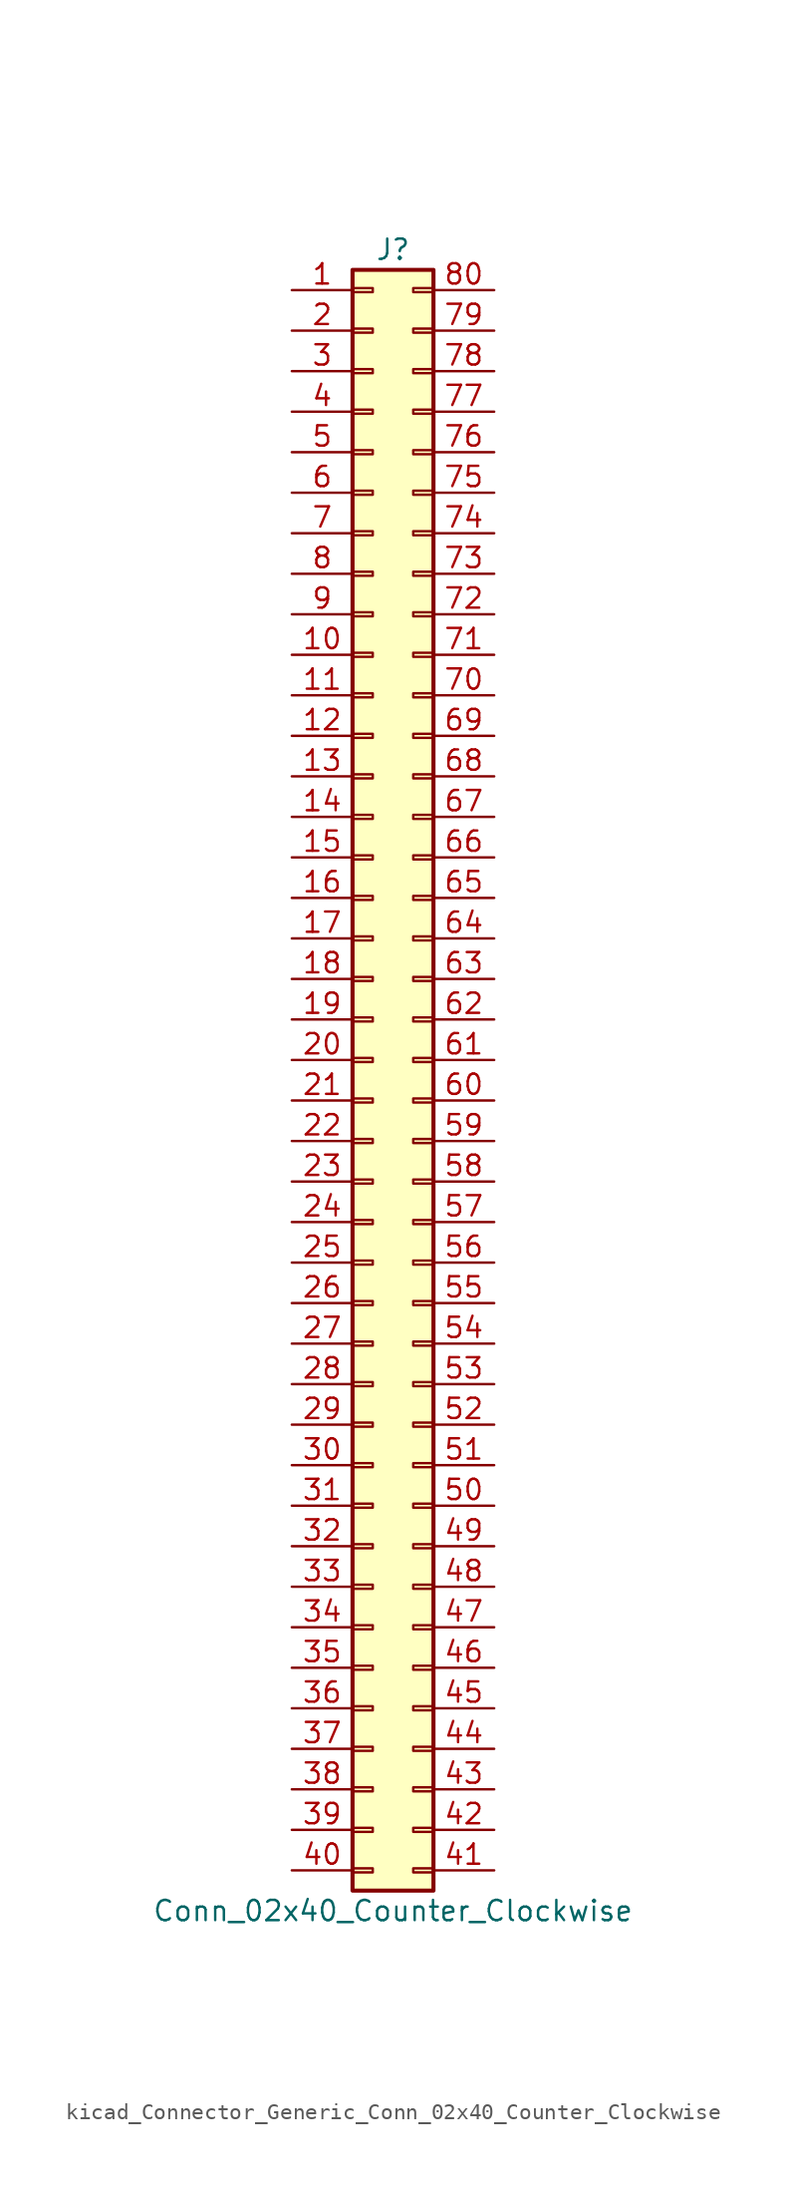
<source format=kicad_sym>
(kicad_symbol_lib
  (version 20220914)
  (generator kicad_symbol_editor)
  (symbol "kicad_Connector_Generic_Conn_02x40_Counter_Clockwise"
    (pin_names
      (offset 1.016) hide)
    (property "Reference" "J"
      (at 1.27 50.8 0)
      (effects (font (size 1.27 1.27))))
    (property "Value" "Conn_02x40_Counter_Clockwise"
      (at 1.27 -53.34 0)
      (effects (font (size 1.27 1.27))))
    (symbol "kicad_Connector_Generic_Conn_02x40_Counter_Clockwise_1_1"
      (rectangle (start -1.27 -50.673) (end 0 -50.927) (stroke (width 0.152) (type default)) (fill (type none)))
      (rectangle (start -1.27 -48.133) (end 0 -48.387) (stroke (width 0.152) (type default)) (fill (type none)))
      (rectangle (start -1.27 -45.593) (end 0 -45.847) (stroke (width 0.152) (type default)) (fill (type none)))
      (rectangle (start -1.27 -43.053) (end 0 -43.307) (stroke (width 0.152) (type default)) (fill (type none)))
      (rectangle (start -1.27 -40.513) (end 0 -40.767) (stroke (width 0.152) (type default)) (fill (type none)))
      (rectangle (start -1.27 -37.973) (end 0 -38.227) (stroke (width 0.152) (type default)) (fill (type none)))
      (rectangle (start -1.27 -35.433) (end 0 -35.687) (stroke (width 0.152) (type default)) (fill (type none)))
      (rectangle (start -1.27 -32.893) (end 0 -33.147) (stroke (width 0.152) (type default)) (fill (type none)))
      (rectangle (start -1.27 -30.353) (end 0 -30.607) (stroke (width 0.152) (type default)) (fill (type none)))
      (rectangle (start -1.27 -27.813) (end 0 -28.067) (stroke (width 0.152) (type default)) (fill (type none)))
      (rectangle (start -1.27 -25.273) (end 0 -25.527) (stroke (width 0.152) (type default)) (fill (type none)))
      (rectangle (start -1.27 -22.733) (end 0 -22.987) (stroke (width 0.152) (type default)) (fill (type none)))
      (rectangle (start -1.27 -20.193) (end 0 -20.447) (stroke (width 0.152) (type default)) (fill (type none)))
      (rectangle (start -1.27 -17.653) (end 0 -17.907) (stroke (width 0.152) (type default)) (fill (type none)))
      (rectangle (start -1.27 -15.113) (end 0 -15.367) (stroke (width 0.152) (type default)) (fill (type none)))
      (rectangle (start -1.27 -12.573) (end 0 -12.827) (stroke (width 0.152) (type default)) (fill (type none)))
      (rectangle (start -1.27 -10.033) (end 0 -10.287) (stroke (width 0.152) (type default)) (fill (type none)))
      (rectangle (start -1.27 -7.493) (end 0 -7.747) (stroke (width 0.152) (type default)) (fill (type none)))
      (rectangle (start -1.27 -4.953) (end 0 -5.207) (stroke (width 0.152) (type default)) (fill (type none)))
      (rectangle (start -1.27 -2.413) (end 0 -2.667) (stroke (width 0.152) (type default)) (fill (type none)))
      (rectangle (start -1.27 0.127) (end 0 -0.127) (stroke (width 0.152) (type default)) (fill (type none)))
      (rectangle (start -1.27 2.667) (end 0 2.413) (stroke (width 0.152) (type default)) (fill (type none)))
      (rectangle (start -1.27 5.207) (end 0 4.953) (stroke (width 0.152) (type default)) (fill (type none)))
      (rectangle (start -1.27 7.747) (end 0 7.493) (stroke (width 0.152) (type default)) (fill (type none)))
      (rectangle (start -1.27 10.287) (end 0 10.033) (stroke (width 0.152) (type default)) (fill (type none)))
      (rectangle (start -1.27 12.827) (end 0 12.573) (stroke (width 0.152) (type default)) (fill (type none)))
      (rectangle (start -1.27 15.367) (end 0 15.113) (stroke (width 0.152) (type default)) (fill (type none)))
      (rectangle (start -1.27 17.907) (end 0 17.653) (stroke (width 0.152) (type default)) (fill (type none)))
      (rectangle (start -1.27 20.447) (end 0 20.193) (stroke (width 0.152) (type default)) (fill (type none)))
      (rectangle (start -1.27 22.987) (end 0 22.733) (stroke (width 0.152) (type default)) (fill (type none)))
      (rectangle (start -1.27 25.527) (end 0 25.273) (stroke (width 0.152) (type default)) (fill (type none)))
      (rectangle (start -1.27 28.067) (end 0 27.813) (stroke (width 0.152) (type default)) (fill (type none)))
      (rectangle (start -1.27 30.607) (end 0 30.353) (stroke (width 0.152) (type default)) (fill (type none)))
      (rectangle (start -1.27 33.147) (end 0 32.893) (stroke (width 0.152) (type default)) (fill (type none)))
      (rectangle (start -1.27 35.687) (end 0 35.433) (stroke (width 0.152) (type default)) (fill (type none)))
      (rectangle (start -1.27 38.227) (end 0 37.973) (stroke (width 0.152) (type default)) (fill (type none)))
      (rectangle (start -1.27 40.767) (end 0 40.513) (stroke (width 0.152) (type default)) (fill (type none)))
      (rectangle (start -1.27 43.307) (end 0 43.053) (stroke (width 0.152) (type default)) (fill (type none)))
      (rectangle (start -1.27 45.847) (end 0 45.593) (stroke (width 0.152) (type default)) (fill (type none)))
      (rectangle (start -1.27 48.387) (end 0 48.133) (stroke (width 0.152) (type default)) (fill (type none)))
      (rectangle (start -1.27 49.53) (end 3.81 -52.07) (stroke (width 0.254) (type default)) (fill (type background)))
      (rectangle (start 3.81 -50.673) (end 2.54 -50.927) (stroke (width 0.152) (type default)) (fill (type none)))
      (rectangle (start 3.81 -48.133) (end 2.54 -48.387) (stroke (width 0.152) (type default)) (fill (type none)))
      (rectangle (start 3.81 -45.593) (end 2.54 -45.847) (stroke (width 0.152) (type default)) (fill (type none)))
      (rectangle (start 3.81 -43.053) (end 2.54 -43.307) (stroke (width 0.152) (type default)) (fill (type none)))
      (rectangle (start 3.81 -40.513) (end 2.54 -40.767) (stroke (width 0.152) (type default)) (fill (type none)))
      (rectangle (start 3.81 -37.973) (end 2.54 -38.227) (stroke (width 0.152) (type default)) (fill (type none)))
      (rectangle (start 3.81 -35.433) (end 2.54 -35.687) (stroke (width 0.152) (type default)) (fill (type none)))
      (rectangle (start 3.81 -32.893) (end 2.54 -33.147) (stroke (width 0.152) (type default)) (fill (type none)))
      (rectangle (start 3.81 -30.353) (end 2.54 -30.607) (stroke (width 0.152) (type default)) (fill (type none)))
      (rectangle (start 3.81 -27.813) (end 2.54 -28.067) (stroke (width 0.152) (type default)) (fill (type none)))
      (rectangle (start 3.81 -25.273) (end 2.54 -25.527) (stroke (width 0.152) (type default)) (fill (type none)))
      (rectangle (start 3.81 -22.733) (end 2.54 -22.987) (stroke (width 0.152) (type default)) (fill (type none)))
      (rectangle (start 3.81 -20.193) (end 2.54 -20.447) (stroke (width 0.152) (type default)) (fill (type none)))
      (rectangle (start 3.81 -17.653) (end 2.54 -17.907) (stroke (width 0.152) (type default)) (fill (type none)))
      (rectangle (start 3.81 -15.113) (end 2.54 -15.367) (stroke (width 0.152) (type default)) (fill (type none)))
      (rectangle (start 3.81 -12.573) (end 2.54 -12.827) (stroke (width 0.152) (type default)) (fill (type none)))
      (rectangle (start 3.81 -10.033) (end 2.54 -10.287) (stroke (width 0.152) (type default)) (fill (type none)))
      (rectangle (start 3.81 -7.493) (end 2.54 -7.747) (stroke (width 0.152) (type default)) (fill (type none)))
      (rectangle (start 3.81 -4.953) (end 2.54 -5.207) (stroke (width 0.152) (type default)) (fill (type none)))
      (rectangle (start 3.81 -2.413) (end 2.54 -2.667) (stroke (width 0.152) (type default)) (fill (type none)))
      (rectangle (start 3.81 0.127) (end 2.54 -0.127) (stroke (width 0.152) (type default)) (fill (type none)))
      (rectangle (start 3.81 2.667) (end 2.54 2.413) (stroke (width 0.152) (type default)) (fill (type none)))
      (rectangle (start 3.81 5.207) (end 2.54 4.953) (stroke (width 0.152) (type default)) (fill (type none)))
      (rectangle (start 3.81 7.747) (end 2.54 7.493) (stroke (width 0.152) (type default)) (fill (type none)))
      (rectangle (start 3.81 10.287) (end 2.54 10.033) (stroke (width 0.152) (type default)) (fill (type none)))
      (rectangle (start 3.81 12.827) (end 2.54 12.573) (stroke (width 0.152) (type default)) (fill (type none)))
      (rectangle (start 3.81 15.367) (end 2.54 15.113) (stroke (width 0.152) (type default)) (fill (type none)))
      (rectangle (start 3.81 17.907) (end 2.54 17.653) (stroke (width 0.152) (type default)) (fill (type none)))
      (rectangle (start 3.81 20.447) (end 2.54 20.193) (stroke (width 0.152) (type default)) (fill (type none)))
      (rectangle (start 3.81 22.987) (end 2.54 22.733) (stroke (width 0.152) (type default)) (fill (type none)))
      (rectangle (start 3.81 25.527) (end 2.54 25.273) (stroke (width 0.152) (type default)) (fill (type none)))
      (rectangle (start 3.81 28.067) (end 2.54 27.813) (stroke (width 0.152) (type default)) (fill (type none)))
      (rectangle (start 3.81 30.607) (end 2.54 30.353) (stroke (width 0.152) (type default)) (fill (type none)))
      (rectangle (start 3.81 33.147) (end 2.54 32.893) (stroke (width 0.152) (type default)) (fill (type none)))
      (rectangle (start 3.81 35.687) (end 2.54 35.433) (stroke (width 0.152) (type default)) (fill (type none)))
      (rectangle (start 3.81 38.227) (end 2.54 37.973) (stroke (width 0.152) (type default)) (fill (type none)))
      (rectangle (start 3.81 40.767) (end 2.54 40.513) (stroke (width 0.152) (type default)) (fill (type none)))
      (rectangle (start 3.81 43.307) (end 2.54 43.053) (stroke (width 0.152) (type default)) (fill (type none)))
      (rectangle (start 3.81 45.847) (end 2.54 45.593) (stroke (width 0.152) (type default)) (fill (type none)))
      (rectangle (start 3.81 48.387) (end 2.54 48.133) (stroke (width 0.152) (type default)) (fill (type none)))
      (pin passive line (at -5.08 48.26 0) (length 3.81) (name "Pin_1" (effects (font (size 1.27 1.27)))) (number "1" (effects (font (size 1.27 1.27)))))
      (pin passive line (at -5.08 25.4 0) (length 3.81) (name "Pin_10" (effects (font (size 1.27 1.27)))) (number "10" (effects (font (size 1.27 1.27)))))
      (pin passive line (at -5.08 22.86 0) (length 3.81) (name "Pin_11" (effects (font (size 1.27 1.27)))) (number "11" (effects (font (size 1.27 1.27)))))
      (pin passive line (at -5.08 20.32 0) (length 3.81) (name "Pin_12" (effects (font (size 1.27 1.27)))) (number "12" (effects (font (size 1.27 1.27)))))
      (pin passive line (at -5.08 17.78 0) (length 3.81) (name "Pin_13" (effects (font (size 1.27 1.27)))) (number "13" (effects (font (size 1.27 1.27)))))
      (pin passive line (at -5.08 15.24 0) (length 3.81) (name "Pin_14" (effects (font (size 1.27 1.27)))) (number "14" (effects (font (size 1.27 1.27)))))
      (pin passive line (at -5.08 12.7 0) (length 3.81) (name "Pin_15" (effects (font (size 1.27 1.27)))) (number "15" (effects (font (size 1.27 1.27)))))
      (pin passive line (at -5.08 10.16 0) (length 3.81) (name "Pin_16" (effects (font (size 1.27 1.27)))) (number "16" (effects (font (size 1.27 1.27)))))
      (pin passive line (at -5.08 7.62 0) (length 3.81) (name "Pin_17" (effects (font (size 1.27 1.27)))) (number "17" (effects (font (size 1.27 1.27)))))
      (pin passive line (at -5.08 5.08 0) (length 3.81) (name "Pin_18" (effects (font (size 1.27 1.27)))) (number "18" (effects (font (size 1.27 1.27)))))
      (pin passive line (at -5.08 2.54 0) (length 3.81) (name "Pin_19" (effects (font (size 1.27 1.27)))) (number "19" (effects (font (size 1.27 1.27)))))
      (pin passive line (at -5.08 45.72 0) (length 3.81) (name "Pin_2" (effects (font (size 1.27 1.27)))) (number "2" (effects (font (size 1.27 1.27)))))
      (pin passive line (at -5.08 0 0) (length 3.81) (name "Pin_20" (effects (font (size 1.27 1.27)))) (number "20" (effects (font (size 1.27 1.27)))))
      (pin passive line (at -5.08 -2.54 0) (length 3.81) (name "Pin_21" (effects (font (size 1.27 1.27)))) (number "21" (effects (font (size 1.27 1.27)))))
      (pin passive line (at -5.08 -5.08 0) (length 3.81) (name "Pin_22" (effects (font (size 1.27 1.27)))) (number "22" (effects (font (size 1.27 1.27)))))
      (pin passive line (at -5.08 -7.62 0) (length 3.81) (name "Pin_23" (effects (font (size 1.27 1.27)))) (number "23" (effects (font (size 1.27 1.27)))))
      (pin passive line (at -5.08 -10.16 0) (length 3.81) (name "Pin_24" (effects (font (size 1.27 1.27)))) (number "24" (effects (font (size 1.27 1.27)))))
      (pin passive line (at -5.08 -12.7 0) (length 3.81) (name "Pin_25" (effects (font (size 1.27 1.27)))) (number "25" (effects (font (size 1.27 1.27)))))
      (pin passive line (at -5.08 -15.24 0) (length 3.81) (name "Pin_26" (effects (font (size 1.27 1.27)))) (number "26" (effects (font (size 1.27 1.27)))))
      (pin passive line (at -5.08 -17.78 0) (length 3.81) (name "Pin_27" (effects (font (size 1.27 1.27)))) (number "27" (effects (font (size 1.27 1.27)))))
      (pin passive line (at -5.08 -20.32 0) (length 3.81) (name "Pin_28" (effects (font (size 1.27 1.27)))) (number "28" (effects (font (size 1.27 1.27)))))
      (pin passive line (at -5.08 -22.86 0) (length 3.81) (name "Pin_29" (effects (font (size 1.27 1.27)))) (number "29" (effects (font (size 1.27 1.27)))))
      (pin passive line (at -5.08 43.18 0) (length 3.81) (name "Pin_3" (effects (font (size 1.27 1.27)))) (number "3" (effects (font (size 1.27 1.27)))))
      (pin passive line (at -5.08 -25.4 0) (length 3.81) (name "Pin_30" (effects (font (size 1.27 1.27)))) (number "30" (effects (font (size 1.27 1.27)))))
      (pin passive line (at -5.08 -27.94 0) (length 3.81) (name "Pin_31" (effects (font (size 1.27 1.27)))) (number "31" (effects (font (size 1.27 1.27)))))
      (pin passive line (at -5.08 -30.48 0) (length 3.81) (name "Pin_32" (effects (font (size 1.27 1.27)))) (number "32" (effects (font (size 1.27 1.27)))))
      (pin passive line (at -5.08 -33.02 0) (length 3.81) (name "Pin_33" (effects (font (size 1.27 1.27)))) (number "33" (effects (font (size 1.27 1.27)))))
      (pin passive line (at -5.08 -35.56 0) (length 3.81) (name "Pin_34" (effects (font (size 1.27 1.27)))) (number "34" (effects (font (size 1.27 1.27)))))
      (pin passive line (at -5.08 -38.1 0) (length 3.81) (name "Pin_35" (effects (font (size 1.27 1.27)))) (number "35" (effects (font (size 1.27 1.27)))))
      (pin passive line (at -5.08 -40.64 0) (length 3.81) (name "Pin_36" (effects (font (size 1.27 1.27)))) (number "36" (effects (font (size 1.27 1.27)))))
      (pin passive line (at -5.08 -43.18 0) (length 3.81) (name "Pin_37" (effects (font (size 1.27 1.27)))) (number "37" (effects (font (size 1.27 1.27)))))
      (pin passive line (at -5.08 -45.72 0) (length 3.81) (name "Pin_38" (effects (font (size 1.27 1.27)))) (number "38" (effects (font (size 1.27 1.27)))))
      (pin passive line (at -5.08 -48.26 0) (length 3.81) (name "Pin_39" (effects (font (size 1.27 1.27)))) (number "39" (effects (font (size 1.27 1.27)))))
      (pin passive line (at -5.08 40.64 0) (length 3.81) (name "Pin_4" (effects (font (size 1.27 1.27)))) (number "4" (effects (font (size 1.27 1.27)))))
      (pin passive line (at -5.08 -50.8 0) (length 3.81) (name "Pin_40" (effects (font (size 1.27 1.27)))) (number "40" (effects (font (size 1.27 1.27)))))
      (pin passive line (at 7.62 -50.8 180) (length 3.81) (name "Pin_41" (effects (font (size 1.27 1.27)))) (number "41" (effects (font (size 1.27 1.27)))))
      (pin passive line (at 7.62 -48.26 180) (length 3.81) (name "Pin_42" (effects (font (size 1.27 1.27)))) (number "42" (effects (font (size 1.27 1.27)))))
      (pin passive line (at 7.62 -45.72 180) (length 3.81) (name "Pin_43" (effects (font (size 1.27 1.27)))) (number "43" (effects (font (size 1.27 1.27)))))
      (pin passive line (at 7.62 -43.18 180) (length 3.81) (name "Pin_44" (effects (font (size 1.27 1.27)))) (number "44" (effects (font (size 1.27 1.27)))))
      (pin passive line (at 7.62 -40.64 180) (length 3.81) (name "Pin_45" (effects (font (size 1.27 1.27)))) (number "45" (effects (font (size 1.27 1.27)))))
      (pin passive line (at 7.62 -38.1 180) (length 3.81) (name "Pin_46" (effects (font (size 1.27 1.27)))) (number "46" (effects (font (size 1.27 1.27)))))
      (pin passive line (at 7.62 -35.56 180) (length 3.81) (name "Pin_47" (effects (font (size 1.27 1.27)))) (number "47" (effects (font (size 1.27 1.27)))))
      (pin passive line (at 7.62 -33.02 180) (length 3.81) (name "Pin_48" (effects (font (size 1.27 1.27)))) (number "48" (effects (font (size 1.27 1.27)))))
      (pin passive line (at 7.62 -30.48 180) (length 3.81) (name "Pin_49" (effects (font (size 1.27 1.27)))) (number "49" (effects (font (size 1.27 1.27)))))
      (pin passive line (at -5.08 38.1 0) (length 3.81) (name "Pin_5" (effects (font (size 1.27 1.27)))) (number "5" (effects (font (size 1.27 1.27)))))
      (pin passive line (at 7.62 -27.94 180) (length 3.81) (name "Pin_50" (effects (font (size 1.27 1.27)))) (number "50" (effects (font (size 1.27 1.27)))))
      (pin passive line (at 7.62 -25.4 180) (length 3.81) (name "Pin_51" (effects (font (size 1.27 1.27)))) (number "51" (effects (font (size 1.27 1.27)))))
      (pin passive line (at 7.62 -22.86 180) (length 3.81) (name "Pin_52" (effects (font (size 1.27 1.27)))) (number "52" (effects (font (size 1.27 1.27)))))
      (pin passive line (at 7.62 -20.32 180) (length 3.81) (name "Pin_53" (effects (font (size 1.27 1.27)))) (number "53" (effects (font (size 1.27 1.27)))))
      (pin passive line (at 7.62 -17.78 180) (length 3.81) (name "Pin_54" (effects (font (size 1.27 1.27)))) (number "54" (effects (font (size 1.27 1.27)))))
      (pin passive line (at 7.62 -15.24 180) (length 3.81) (name "Pin_55" (effects (font (size 1.27 1.27)))) (number "55" (effects (font (size 1.27 1.27)))))
      (pin passive line (at 7.62 -12.7 180) (length 3.81) (name "Pin_56" (effects (font (size 1.27 1.27)))) (number "56" (effects (font (size 1.27 1.27)))))
      (pin passive line (at 7.62 -10.16 180) (length 3.81) (name "Pin_57" (effects (font (size 1.27 1.27)))) (number "57" (effects (font (size 1.27 1.27)))))
      (pin passive line (at 7.62 -7.62 180) (length 3.81) (name "Pin_58" (effects (font (size 1.27 1.27)))) (number "58" (effects (font (size 1.27 1.27)))))
      (pin passive line (at 7.62 -5.08 180) (length 3.81) (name "Pin_59" (effects (font (size 1.27 1.27)))) (number "59" (effects (font (size 1.27 1.27)))))
      (pin passive line (at -5.08 35.56 0) (length 3.81) (name "Pin_6" (effects (font (size 1.27 1.27)))) (number "6" (effects (font (size 1.27 1.27)))))
      (pin passive line (at 7.62 -2.54 180) (length 3.81) (name "Pin_60" (effects (font (size 1.27 1.27)))) (number "60" (effects (font (size 1.27 1.27)))))
      (pin passive line (at 7.62 0 180) (length 3.81) (name "Pin_61" (effects (font (size 1.27 1.27)))) (number "61" (effects (font (size 1.27 1.27)))))
      (pin passive line (at 7.62 2.54 180) (length 3.81) (name "Pin_62" (effects (font (size 1.27 1.27)))) (number "62" (effects (font (size 1.27 1.27)))))
      (pin passive line (at 7.62 5.08 180) (length 3.81) (name "Pin_63" (effects (font (size 1.27 1.27)))) (number "63" (effects (font (size 1.27 1.27)))))
      (pin passive line (at 7.62 7.62 180) (length 3.81) (name "Pin_64" (effects (font (size 1.27 1.27)))) (number "64" (effects (font (size 1.27 1.27)))))
      (pin passive line (at 7.62 10.16 180) (length 3.81) (name "Pin_65" (effects (font (size 1.27 1.27)))) (number "65" (effects (font (size 1.27 1.27)))))
      (pin passive line (at 7.62 12.7 180) (length 3.81) (name "Pin_66" (effects (font (size 1.27 1.27)))) (number "66" (effects (font (size 1.27 1.27)))))
      (pin passive line (at 7.62 15.24 180) (length 3.81) (name "Pin_67" (effects (font (size 1.27 1.27)))) (number "67" (effects (font (size 1.27 1.27)))))
      (pin passive line (at 7.62 17.78 180) (length 3.81) (name "Pin_68" (effects (font (size 1.27 1.27)))) (number "68" (effects (font (size 1.27 1.27)))))
      (pin passive line (at 7.62 20.32 180) (length 3.81) (name "Pin_69" (effects (font (size 1.27 1.27)))) (number "69" (effects (font (size 1.27 1.27)))))
      (pin passive line (at -5.08 33.02 0) (length 3.81) (name "Pin_7" (effects (font (size 1.27 1.27)))) (number "7" (effects (font (size 1.27 1.27)))))
      (pin passive line (at 7.62 22.86 180) (length 3.81) (name "Pin_70" (effects (font (size 1.27 1.27)))) (number "70" (effects (font (size 1.27 1.27)))))
      (pin passive line (at 7.62 25.4 180) (length 3.81) (name "Pin_71" (effects (font (size 1.27 1.27)))) (number "71" (effects (font (size 1.27 1.27)))))
      (pin passive line (at 7.62 27.94 180) (length 3.81) (name "Pin_72" (effects (font (size 1.27 1.27)))) (number "72" (effects (font (size 1.27 1.27)))))
      (pin passive line (at 7.62 30.48 180) (length 3.81) (name "Pin_73" (effects (font (size 1.27 1.27)))) (number "73" (effects (font (size 1.27 1.27)))))
      (pin passive line (at 7.62 33.02 180) (length 3.81) (name "Pin_74" (effects (font (size 1.27 1.27)))) (number "74" (effects (font (size 1.27 1.27)))))
      (pin passive line (at 7.62 35.56 180) (length 3.81) (name "Pin_75" (effects (font (size 1.27 1.27)))) (number "75" (effects (font (size 1.27 1.27)))))
      (pin passive line (at 7.62 38.1 180) (length 3.81) (name "Pin_76" (effects (font (size 1.27 1.27)))) (number "76" (effects (font (size 1.27 1.27)))))
      (pin passive line (at 7.62 40.64 180) (length 3.81) (name "Pin_77" (effects (font (size 1.27 1.27)))) (number "77" (effects (font (size 1.27 1.27)))))
      (pin passive line (at 7.62 43.18 180) (length 3.81) (name "Pin_78" (effects (font (size 1.27 1.27)))) (number "78" (effects (font (size 1.27 1.27)))))
      (pin passive line (at 7.62 45.72 180) (length 3.81) (name "Pin_79" (effects (font (size 1.27 1.27)))) (number "79" (effects (font (size 1.27 1.27)))))
      (pin passive line (at -5.08 30.48 0) (length 3.81) (name "Pin_8" (effects (font (size 1.27 1.27)))) (number "8" (effects (font (size 1.27 1.27)))))
      (pin passive line (at 7.62 48.26 180) (length 3.81) (name "Pin_80" (effects (font (size 1.27 1.27)))) (number "80" (effects (font (size 1.27 1.27)))))
      (pin passive line (at -5.08 27.94 0) (length 3.81) (name "Pin_9" (effects (font (size 1.27 1.27)))) (number "9" (effects (font (size 1.27 1.27))))))))
</source>
